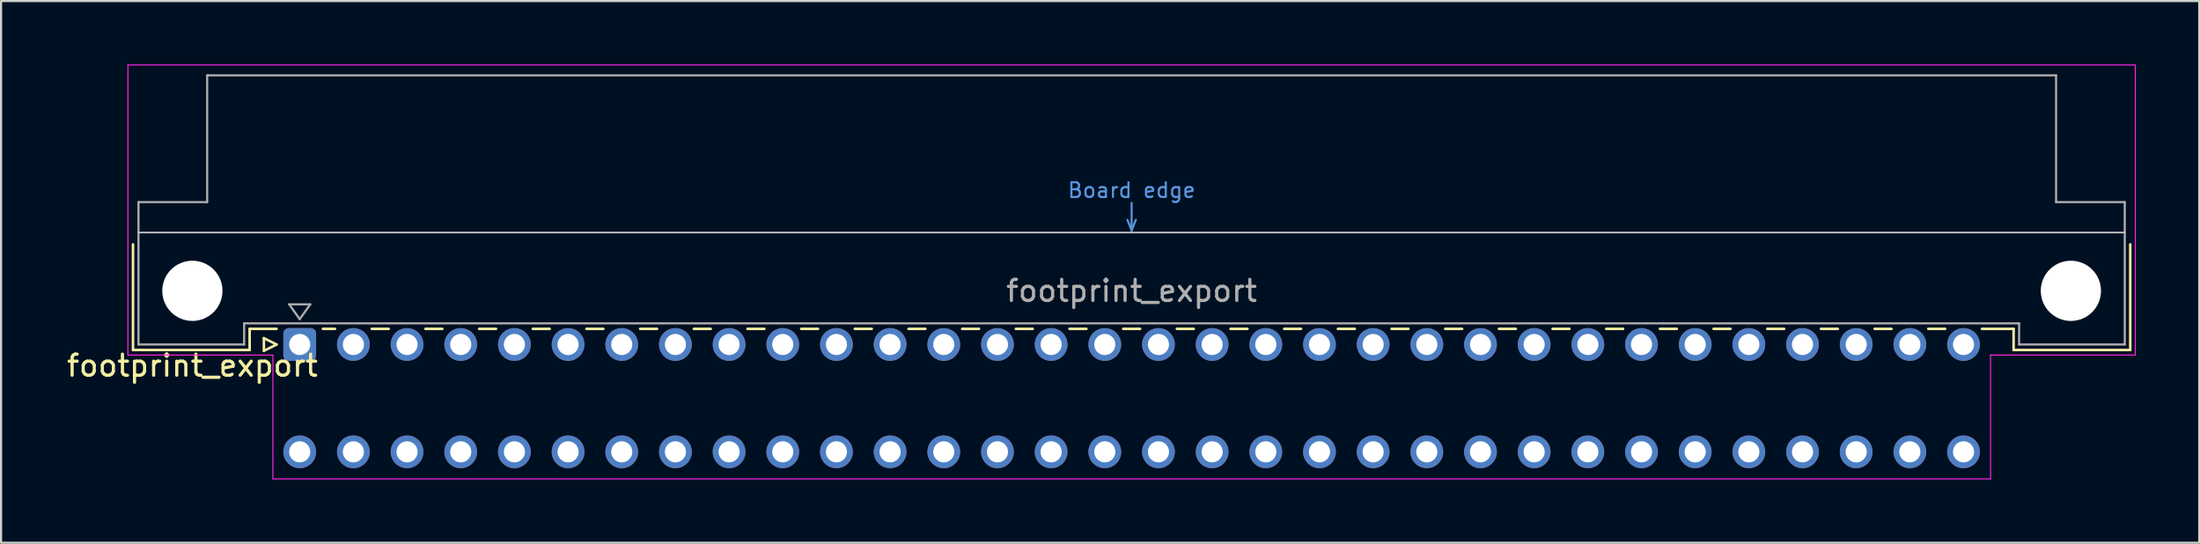
<source format=kicad_pcb>
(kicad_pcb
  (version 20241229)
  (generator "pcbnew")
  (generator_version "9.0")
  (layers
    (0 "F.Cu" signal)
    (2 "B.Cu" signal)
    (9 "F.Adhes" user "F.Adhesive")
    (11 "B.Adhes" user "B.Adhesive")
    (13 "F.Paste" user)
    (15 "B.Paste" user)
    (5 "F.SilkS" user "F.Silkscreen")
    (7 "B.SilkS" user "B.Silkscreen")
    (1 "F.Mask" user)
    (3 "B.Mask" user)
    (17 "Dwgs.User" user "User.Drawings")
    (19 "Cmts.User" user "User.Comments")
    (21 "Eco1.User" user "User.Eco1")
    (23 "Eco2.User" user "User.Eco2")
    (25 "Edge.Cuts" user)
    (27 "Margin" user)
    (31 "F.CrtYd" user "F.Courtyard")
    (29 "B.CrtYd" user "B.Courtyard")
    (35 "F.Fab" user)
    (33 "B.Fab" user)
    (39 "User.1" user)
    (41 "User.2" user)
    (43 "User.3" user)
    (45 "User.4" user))
  (footprint "footprint_export"
    (layer "F.Cu")
    (at 11.134 13.255)
    (property "Reference" "footprint_export" (at -5.08 1 0) (layer "F.SilkS") (effects (font (size 1 1) (thickness 0.15))))
    (attr through_hole)
    (fp_line (start -7.89 -4.74) (end -7.89 0.26) (stroke (width 0.12) (type solid)) (layer "F.SilkS"))
    (fp_line (start -7.89 0.26) (end -2.37 0.26) (stroke (width 0.12) (type solid)) (layer "F.SilkS"))
    (fp_line (start -2.371 -0.74) (end -1.095 -0.74) (stroke (width 0.12) (type solid)) (layer "F.SilkS"))
    (fp_line (start -2.37 0.26) (end -2.37 -0.74) (stroke (width 0.12) (type solid)) (layer "F.SilkS"))
    (fp_line (start -1.695 -0.3) (end -1.695 0.3) (stroke (width 0.12) (type solid)) (layer "F.SilkS"))
    (fp_line (start -1.695 0.3) (end -1.095 0) (stroke (width 0.12) (type solid)) (layer "F.SilkS"))
    (fp_line (start -1.095 0) (end -1.695 -0.3) (stroke (width 0.12) (type solid)) (layer "F.SilkS"))
    (fp_line (start 1.095 -0.74) (end 1.671 -0.74) (stroke (width 0.12) (type solid)) (layer "F.SilkS"))
    (fp_line (start 3.41 -0.74) (end 4.211 -0.74) (stroke (width 0.12) (type solid)) (layer "F.SilkS"))
    (fp_line (start 5.95 -0.74) (end 6.751 -0.74) (stroke (width 0.12) (type solid)) (layer "F.SilkS"))
    (fp_line (start 8.49 -0.74) (end 9.291 -0.74) (stroke (width 0.12) (type solid)) (layer "F.SilkS"))
    (fp_line (start 11.03 -0.74) (end 11.831 -0.74) (stroke (width 0.12) (type solid)) (layer "F.SilkS"))
    (fp_line (start 13.57 -0.74) (end 14.371 -0.74) (stroke (width 0.12) (type solid)) (layer "F.SilkS"))
    (fp_line (start 16.11 -0.74) (end 16.911 -0.74) (stroke (width 0.12) (type solid)) (layer "F.SilkS"))
    (fp_line (start 18.65 -0.74) (end 19.451 -0.74) (stroke (width 0.12) (type solid)) (layer "F.SilkS"))
    (fp_line (start 21.19 -0.74) (end 21.991 -0.74) (stroke (width 0.12) (type solid)) (layer "F.SilkS"))
    (fp_line (start 23.73 -0.74) (end 24.531 -0.74) (stroke (width 0.12) (type solid)) (layer "F.SilkS"))
    (fp_line (start 26.27 -0.74) (end 27.071 -0.74) (stroke (width 0.12) (type solid)) (layer "F.SilkS"))
    (fp_line (start 28.81 -0.74) (end 29.611 -0.74) (stroke (width 0.12) (type solid)) (layer "F.SilkS"))
    (fp_line (start 31.35 -0.74) (end 32.151 -0.74) (stroke (width 0.12) (type solid)) (layer "F.SilkS"))
    (fp_line (start 33.89 -0.74) (end 34.691 -0.74) (stroke (width 0.12) (type solid)) (layer "F.SilkS"))
    (fp_line (start 36.43 -0.74) (end 37.231 -0.74) (stroke (width 0.12) (type solid)) (layer "F.SilkS"))
    (fp_line (start 38.97 -0.74) (end 39.771 -0.74) (stroke (width 0.12) (type solid)) (layer "F.SilkS"))
    (fp_line (start 41.51 -0.74) (end 42.311 -0.74) (stroke (width 0.12) (type solid)) (layer "F.SilkS"))
    (fp_line (start 44.05 -0.74) (end 44.851 -0.74) (stroke (width 0.12) (type solid)) (layer "F.SilkS"))
    (fp_line (start 46.59 -0.74) (end 47.391 -0.74) (stroke (width 0.12) (type solid)) (layer "F.SilkS"))
    (fp_line (start 49.13 -0.74) (end 49.931 -0.74) (stroke (width 0.12) (type solid)) (layer "F.SilkS"))
    (fp_line (start 51.67 -0.74) (end 52.471 -0.74) (stroke (width 0.12) (type solid)) (layer "F.SilkS"))
    (fp_line (start 54.21 -0.74) (end 55.011 -0.74) (stroke (width 0.12) (type solid)) (layer "F.SilkS"))
    (fp_line (start 56.75 -0.74) (end 57.551 -0.74) (stroke (width 0.12) (type solid)) (layer "F.SilkS"))
    (fp_line (start 59.29 -0.74) (end 60.091 -0.74) (stroke (width 0.12) (type solid)) (layer "F.SilkS"))
    (fp_line (start 61.83 -0.74) (end 62.631 -0.74) (stroke (width 0.12) (type solid)) (layer "F.SilkS"))
    (fp_line (start 64.37 -0.74) (end 65.171 -0.74) (stroke (width 0.12) (type solid)) (layer "F.SilkS"))
    (fp_line (start 66.91 -0.74) (end 67.711 -0.74) (stroke (width 0.12) (type solid)) (layer "F.SilkS"))
    (fp_line (start 69.45 -0.74) (end 70.251 -0.74) (stroke (width 0.12) (type solid)) (layer "F.SilkS"))
    (fp_line (start 71.99 -0.74) (end 72.791 -0.74) (stroke (width 0.12) (type solid)) (layer "F.SilkS"))
    (fp_line (start 74.53 -0.74) (end 75.331 -0.74) (stroke (width 0.12) (type solid)) (layer "F.SilkS"))
    (fp_line (start 77.07 -0.74) (end 77.871 -0.74) (stroke (width 0.12) (type solid)) (layer "F.SilkS"))
    (fp_line (start 79.61 -0.74) (end 81.11 -0.74) (stroke (width 0.12) (type solid)) (layer "F.SilkS"))
    (fp_line (start 81.11 0.26) (end 81.11 -0.74) (stroke (width 0.12) (type solid)) (layer "F.SilkS"))
    (fp_line (start 86.63 -4.74) (end 86.63 0.26) (stroke (width 0.12) (type solid)) (layer "F.SilkS"))
    (fp_line (start 86.63 0.26) (end 81.11 0.26) (stroke (width 0.12) (type solid)) (layer "F.SilkS"))
    (fp_line (start -7.63 -5.3) (end 86.37 -5.3) (stroke (width 0.08) (type solid)) (layer "Dwgs.User"))
    (fp_line (start 39.17 -5.9) (end 39.37 -5.4) (stroke (width 0.1) (type solid)) (layer "Cmts.User"))
    (fp_line (start 39.37 -5.4) (end 39.37 -6.7) (stroke (width 0.1) (type solid)) (layer "Cmts.User"))
    (fp_line (start 39.37 -5.4) (end 39.57 -5.9) (stroke (width 0.1) (type solid)) (layer "Cmts.User"))
    (fp_line (start -8.13 -13.23) (end -8.13 0.5) (stroke (width 0.05) (type solid)) (layer "F.CrtYd"))
    (fp_line (start -8.13 0.5) (end -1.27 0.5) (stroke (width 0.05) (type solid)) (layer "F.CrtYd"))
    (fp_line (start -1.27 0.5) (end -1.27 6.36) (stroke (width 0.05) (type solid)) (layer "F.CrtYd"))
    (fp_line (start -1.27 6.36) (end 80.02 6.36) (stroke (width 0.05) (type solid)) (layer "F.CrtYd"))
    (fp_line (start 80.02 0.5) (end 86.87 0.5) (stroke (width 0.05) (type solid)) (layer "F.CrtYd"))
    (fp_line (start 80.02 6.36) (end 80.02 0.5) (stroke (width 0.05) (type solid)) (layer "F.CrtYd"))
    (fp_line (start 86.87 -13.23) (end -8.13 -13.23) (stroke (width 0.05) (type solid)) (layer "F.CrtYd"))
    (fp_line (start 86.87 0.5) (end 86.87 -13.23) (stroke (width 0.05) (type solid)) (layer "F.CrtYd"))
    (fp_line (start -7.63 -6.74) (end -7.63 0) (stroke (width 0.1) (type solid)) (layer "F.Fab"))
    (fp_line (start -7.63 0) (end -2.63 0) (stroke (width 0.1) (type solid)) (layer "F.Fab"))
    (fp_line (start -4.38 -12.74) (end -4.38 -6.74) (stroke (width 0.1) (type solid)) (layer "F.Fab"))
    (fp_line (start -4.38 -6.74) (end -7.63 -6.74) (stroke (width 0.1) (type solid)) (layer "F.Fab"))
    (fp_line (start -2.63 -1) (end 81.37 -1) (stroke (width 0.1) (type solid)) (layer "F.Fab"))
    (fp_line (start -2.63 0) (end -2.63 -1) (stroke (width 0.1) (type solid)) (layer "F.Fab"))
    (fp_line (start -0.5 -1.9) (end 0.5 -1.9) (stroke (width 0.1) (type solid)) (layer "F.Fab"))
    (fp_line (start 0 -1.2) (end -0.5 -1.9) (stroke (width 0.1) (type solid)) (layer "F.Fab"))
    (fp_line (start 0.5 -1.9) (end 0 -1.2) (stroke (width 0.1) (type solid)) (layer "F.Fab"))
    (fp_line (start 81.37 -1) (end 81.37 0) (stroke (width 0.1) (type solid)) (layer "F.Fab"))
    (fp_line (start 81.37 0) (end 86.37 0) (stroke (width 0.1) (type solid)) (layer "F.Fab"))
    (fp_line (start 83.12 -12.74) (end -4.38 -12.74) (stroke (width 0.1) (type solid)) (layer "F.Fab"))
    (fp_line (start 83.12 -6.74) (end 83.12 -12.74) (stroke (width 0.1) (type solid)) (layer "F.Fab"))
    (fp_line (start 86.37 -6.74) (end 83.12 -6.74) (stroke (width 0.1) (type solid)) (layer "F.Fab"))
    (fp_line (start 86.37 0) (end 86.37 -6.74) (stroke (width 0.1) (type solid)) (layer "F.Fab"))
    (fp_text user "Board edge" (at 39.37 -7.3 0) (layer "Cmts.User") (effects (font (size 0.7 0.7) (thickness 0.1))))
    (fp_text user "${REFERENCE}" (at 39.37 -2.54 0) (layer "F.Fab") (effects (font (size 1 1) (thickness 0.15))))
    (pad "" np_thru_hole circle (at -5.08 -2.54) (size 2.85 2.85) (drill 2.85) (layers "*.Cu" "*.Mask"))
    (pad "" np_thru_hole circle (at 83.82 -2.54) (size 2.85 2.85) (drill 2.85) (layers "*.Cu" "*.Mask"))
    (pad "a1" thru_hole roundrect (at 0 0) (size 1.55 1.55) (drill 1) (layers "*.Cu" "*.Mask") (roundrect_rratio 0.161))
    (pad "a2" thru_hole circle (at 2.54 0) (size 1.55 1.55) (drill 1) (layers "*.Cu" "*.Mask"))
    (pad "a3" thru_hole circle (at 5.08 0) (size 1.55 1.55) (drill 1) (layers "*.Cu" "*.Mask"))
    (pad "a4" thru_hole circle (at 7.62 0) (size 1.55 1.55) (drill 1) (layers "*.Cu" "*.Mask"))
    (pad "a5" thru_hole circle (at 10.16 0) (size 1.55 1.55) (drill 1) (layers "*.Cu" "*.Mask"))
    (pad "a6" thru_hole circle (at 12.7 0) (size 1.55 1.55) (drill 1) (layers "*.Cu" "*.Mask"))
    (pad "a7" thru_hole circle (at 15.24 0) (size 1.55 1.55) (drill 1) (layers "*.Cu" "*.Mask"))
    (pad "a8" thru_hole circle (at 17.78 0) (size 1.55 1.55) (drill 1) (layers "*.Cu" "*.Mask"))
    (pad "a9" thru_hole circle (at 20.32 0) (size 1.55 1.55) (drill 1) (layers "*.Cu" "*.Mask"))
    (pad "a10" thru_hole circle (at 22.86 0) (size 1.55 1.55) (drill 1) (layers "*.Cu" "*.Mask"))
    (pad "a11" thru_hole circle (at 25.4 0) (size 1.55 1.55) (drill 1) (layers "*.Cu" "*.Mask"))
    (pad "a12" thru_hole circle (at 27.94 0) (size 1.55 1.55) (drill 1) (layers "*.Cu" "*.Mask"))
    (pad "a13" thru_hole circle (at 30.48 0) (size 1.55 1.55) (drill 1) (layers "*.Cu" "*.Mask"))
    (pad "a14" thru_hole circle (at 33.02 0) (size 1.55 1.55) (drill 1) (layers "*.Cu" "*.Mask"))
    (pad "a15" thru_hole circle (at 35.56 0) (size 1.55 1.55) (drill 1) (layers "*.Cu" "*.Mask"))
    (pad "a16" thru_hole circle (at 38.1 0) (size 1.55 1.55) (drill 1) (layers "*.Cu" "*.Mask"))
    (pad "a17" thru_hole circle (at 40.64 0) (size 1.55 1.55) (drill 1) (layers "*.Cu" "*.Mask"))
    (pad "a18" thru_hole circle (at 43.18 0) (size 1.55 1.55) (drill 1) (layers "*.Cu" "*.Mask"))
    (pad "a19" thru_hole circle (at 45.72 0) (size 1.55 1.55) (drill 1) (layers "*.Cu" "*.Mask"))
    (pad "a20" thru_hole circle (at 48.26 0) (size 1.55 1.55) (drill 1) (layers "*.Cu" "*.Mask"))
    (pad "a21" thru_hole circle (at 50.8 0) (size 1.55 1.55) (drill 1) (layers "*.Cu" "*.Mask"))
    (pad "a22" thru_hole circle (at 53.34 0) (size 1.55 1.55) (drill 1) (layers "*.Cu" "*.Mask"))
    (pad "a23" thru_hole circle (at 55.88 0) (size 1.55 1.55) (drill 1) (layers "*.Cu" "*.Mask"))
    (pad "a24" thru_hole circle (at 58.42 0) (size 1.55 1.55) (drill 1) (layers "*.Cu" "*.Mask"))
    (pad "a25" thru_hole circle (at 60.96 0) (size 1.55 1.55) (drill 1) (layers "*.Cu" "*.Mask"))
    (pad "a26" thru_hole circle (at 63.5 0) (size 1.55 1.55) (drill 1) (layers "*.Cu" "*.Mask"))
    (pad "a27" thru_hole circle (at 66.04 0) (size 1.55 1.55) (drill 1) (layers "*.Cu" "*.Mask"))
    (pad "a28" thru_hole circle (at 68.58 0) (size 1.55 1.55) (drill 1) (layers "*.Cu" "*.Mask"))
    (pad "a29" thru_hole circle (at 71.12 0) (size 1.55 1.55) (drill 1) (layers "*.Cu" "*.Mask"))
    (pad "a30" thru_hole circle (at 73.66 0) (size 1.55 1.55) (drill 1) (layers "*.Cu" "*.Mask"))
    (pad "a31" thru_hole circle (at 76.2 0) (size 1.55 1.55) (drill 1) (layers "*.Cu" "*.Mask"))
    (pad "a32" thru_hole circle (at 78.74 0) (size 1.55 1.55) (drill 1) (layers "*.Cu" "*.Mask"))
    (pad "c1" thru_hole circle (at 0 5.08) (size 1.55 1.55) (drill 1) (layers "*.Cu" "*.Mask"))
    (pad "c2" thru_hole circle (at 2.54 5.08) (size 1.55 1.55) (drill 1) (layers "*.Cu" "*.Mask"))
    (pad "c3" thru_hole circle (at 5.08 5.08) (size 1.55 1.55) (drill 1) (layers "*.Cu" "*.Mask"))
    (pad "c4" thru_hole circle (at 7.62 5.08) (size 1.55 1.55) (drill 1) (layers "*.Cu" "*.Mask"))
    (pad "c5" thru_hole circle (at 10.16 5.08) (size 1.55 1.55) (drill 1) (layers "*.Cu" "*.Mask"))
    (pad "c6" thru_hole circle (at 12.7 5.08) (size 1.55 1.55) (drill 1) (layers "*.Cu" "*.Mask"))
    (pad "c7" thru_hole circle (at 15.24 5.08) (size 1.55 1.55) (drill 1) (layers "*.Cu" "*.Mask"))
    (pad "c8" thru_hole circle (at 17.78 5.08) (size 1.55 1.55) (drill 1) (layers "*.Cu" "*.Mask"))
    (pad "c9" thru_hole circle (at 20.32 5.08) (size 1.55 1.55) (drill 1) (layers "*.Cu" "*.Mask"))
    (pad "c10" thru_hole circle (at 22.86 5.08) (size 1.55 1.55) (drill 1) (layers "*.Cu" "*.Mask"))
    (pad "c11" thru_hole circle (at 25.4 5.08) (size 1.55 1.55) (drill 1) (layers "*.Cu" "*.Mask"))
    (pad "c12" thru_hole circle (at 27.94 5.08) (size 1.55 1.55) (drill 1) (layers "*.Cu" "*.Mask"))
    (pad "c13" thru_hole circle (at 30.48 5.08) (size 1.55 1.55) (drill 1) (layers "*.Cu" "*.Mask"))
    (pad "c14" thru_hole circle (at 33.02 5.08) (size 1.55 1.55) (drill 1) (layers "*.Cu" "*.Mask"))
    (pad "c15" thru_hole circle (at 35.56 5.08) (size 1.55 1.55) (drill 1) (layers "*.Cu" "*.Mask"))
    (pad "c16" thru_hole circle (at 38.1 5.08) (size 1.55 1.55) (drill 1) (layers "*.Cu" "*.Mask"))
    (pad "c17" thru_hole circle (at 40.64 5.08) (size 1.55 1.55) (drill 1) (layers "*.Cu" "*.Mask"))
    (pad "c18" thru_hole circle (at 43.18 5.08) (size 1.55 1.55) (drill 1) (layers "*.Cu" "*.Mask"))
    (pad "c19" thru_hole circle (at 45.72 5.08) (size 1.55 1.55) (drill 1) (layers "*.Cu" "*.Mask"))
    (pad "c20" thru_hole circle (at 48.26 5.08) (size 1.55 1.55) (drill 1) (layers "*.Cu" "*.Mask"))
    (pad "c21" thru_hole circle (at 50.8 5.08) (size 1.55 1.55) (drill 1) (layers "*.Cu" "*.Mask"))
    (pad "c22" thru_hole circle (at 53.34 5.08) (size 1.55 1.55) (drill 1) (layers "*.Cu" "*.Mask"))
    (pad "c23" thru_hole circle (at 55.88 5.08) (size 1.55 1.55) (drill 1) (layers "*.Cu" "*.Mask"))
    (pad "c24" thru_hole circle (at 58.42 5.08) (size 1.55 1.55) (drill 1) (layers "*.Cu" "*.Mask"))
    (pad "c25" thru_hole circle (at 60.96 5.08) (size 1.55 1.55) (drill 1) (layers "*.Cu" "*.Mask"))
    (pad "c26" thru_hole circle (at 63.5 5.08) (size 1.55 1.55) (drill 1) (layers "*.Cu" "*.Mask"))
    (pad "c27" thru_hole circle (at 66.04 5.08) (size 1.55 1.55) (drill 1) (layers "*.Cu" "*.Mask"))
    (pad "c28" thru_hole circle (at 68.58 5.08) (size 1.55 1.55) (drill 1) (layers "*.Cu" "*.Mask"))
    (pad "c29" thru_hole circle (at 71.12 5.08) (size 1.55 1.55) (drill 1) (layers "*.Cu" "*.Mask"))
    (pad "c30" thru_hole circle (at 73.66 5.08) (size 1.55 1.55) (drill 1) (layers "*.Cu" "*.Mask"))
    (pad "c31" thru_hole circle (at 76.2 5.08) (size 1.55 1.55) (drill 1) (layers "*.Cu" "*.Mask"))
    (pad "c32" thru_hole circle (at 78.74 5.08) (size 1.55 1.55) (drill 1) (layers "*.Cu" "*.Mask")))
  (gr_rect
    (start -3 -3)
    (end 101.029 22.64)
    (stroke (width 0.1) (type default))
    (fill no)
    (layer "Edge.Cuts")))
</source>
